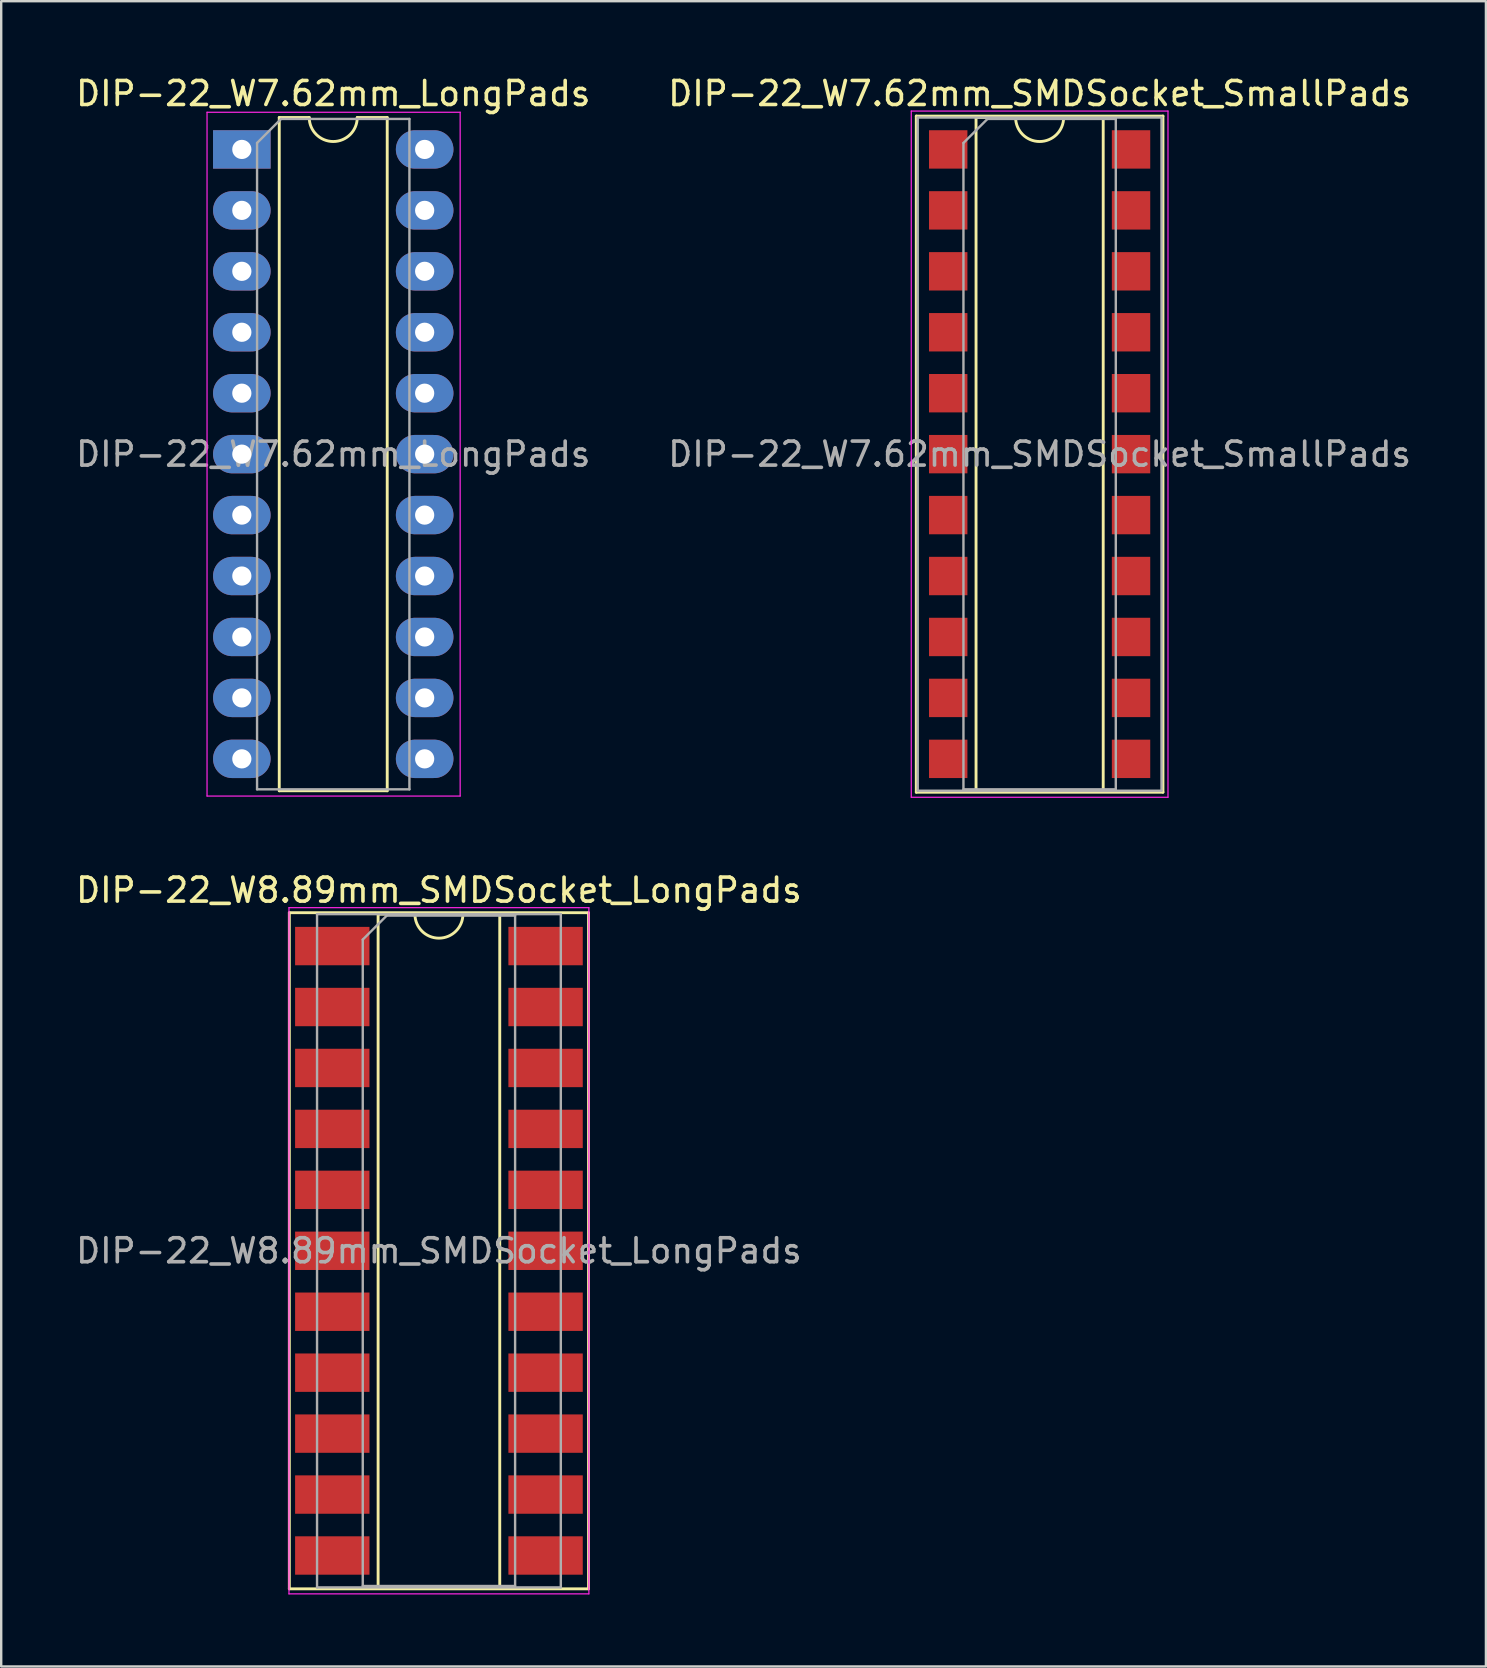
<source format=kicad_pcb>
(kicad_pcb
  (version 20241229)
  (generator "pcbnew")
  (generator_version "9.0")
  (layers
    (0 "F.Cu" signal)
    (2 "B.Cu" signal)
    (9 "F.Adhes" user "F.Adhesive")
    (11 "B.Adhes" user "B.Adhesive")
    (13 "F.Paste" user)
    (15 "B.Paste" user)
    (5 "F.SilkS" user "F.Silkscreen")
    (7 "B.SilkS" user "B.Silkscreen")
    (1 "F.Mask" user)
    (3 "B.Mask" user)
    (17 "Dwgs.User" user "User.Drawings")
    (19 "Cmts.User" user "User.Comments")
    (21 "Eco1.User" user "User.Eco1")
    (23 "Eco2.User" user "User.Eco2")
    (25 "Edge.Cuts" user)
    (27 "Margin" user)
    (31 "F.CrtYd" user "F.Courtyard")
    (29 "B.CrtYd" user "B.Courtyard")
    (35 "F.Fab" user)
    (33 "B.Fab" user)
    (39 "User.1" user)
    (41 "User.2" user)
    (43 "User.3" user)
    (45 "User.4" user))
  (footprint "DIP-22_W7.62mm_SMDSocket_SmallPads"
    (layer "F.Cu")
    (at 40.28 15.878)
    (property "Reference" "DIP-22_W7.62mm_SMDSocket_SmallPads" (at 0 -15.03 0) (layer "F.SilkS") (effects (font (size 1 1) (thickness 0.15))))
    (attr smd)
    (fp_line (start -5.14 -14.09) (end -5.14 14.09) (stroke (width 0.12) (type solid)) (layer "F.SilkS"))
    (fp_line (start -5.14 14.09) (end 5.14 14.09) (stroke (width 0.12) (type solid)) (layer "F.SilkS"))
    (fp_line (start -2.65 -14.03) (end -2.65 14.03) (stroke (width 0.12) (type solid)) (layer "F.SilkS"))
    (fp_line (start -2.65 14.03) (end 2.65 14.03) (stroke (width 0.12) (type solid)) (layer "F.SilkS"))
    (fp_line (start -1 -14.03) (end -2.65 -14.03) (stroke (width 0.12) (type solid)) (layer "F.SilkS"))
    (fp_line (start 2.65 -14.03) (end 1 -14.03) (stroke (width 0.12) (type solid)) (layer "F.SilkS"))
    (fp_line (start 2.65 14.03) (end 2.65 -14.03) (stroke (width 0.12) (type solid)) (layer "F.SilkS"))
    (fp_line (start 5.14 -14.09) (end -5.14 -14.09) (stroke (width 0.12) (type solid)) (layer "F.SilkS"))
    (fp_line (start 5.14 14.09) (end 5.14 -14.09) (stroke (width 0.12) (type solid)) (layer "F.SilkS"))
    (fp_arc (start 1 -14.03) (mid 0 -13.03) (end -1 -14.03) (stroke (width 0.12) (type solid)) (layer "F.SilkS"))
    (fp_line (start -5.35 -14.3) (end -5.35 14.3) (stroke (width 0.05) (type solid)) (layer "F.CrtYd"))
    (fp_line (start -5.35 14.3) (end 5.35 14.3) (stroke (width 0.05) (type solid)) (layer "F.CrtYd"))
    (fp_line (start 5.35 -14.3) (end -5.35 -14.3) (stroke (width 0.05) (type solid)) (layer "F.CrtYd"))
    (fp_line (start 5.35 14.3) (end 5.35 -14.3) (stroke (width 0.05) (type solid)) (layer "F.CrtYd"))
    (fp_line (start -5.08 -14.03) (end -5.08 14.03) (stroke (width 0.1) (type solid)) (layer "F.Fab"))
    (fp_line (start -5.08 14.03) (end 5.08 14.03) (stroke (width 0.1) (type solid)) (layer "F.Fab"))
    (fp_line (start -3.175 -12.97) (end -2.175 -13.97) (stroke (width 0.1) (type solid)) (layer "F.Fab"))
    (fp_line (start -3.175 13.97) (end -3.175 -12.97) (stroke (width 0.1) (type solid)) (layer "F.Fab"))
    (fp_line (start -2.175 -13.97) (end 3.175 -13.97) (stroke (width 0.1) (type solid)) (layer "F.Fab"))
    (fp_line (start 3.175 -13.97) (end 3.175 13.97) (stroke (width 0.1) (type solid)) (layer "F.Fab"))
    (fp_line (start 3.175 13.97) (end -3.175 13.97) (stroke (width 0.1) (type solid)) (layer "F.Fab"))
    (fp_line (start 5.08 -14.03) (end -5.08 -14.03) (stroke (width 0.1) (type solid)) (layer "F.Fab"))
    (fp_line (start 5.08 14.03) (end 5.08 -14.03) (stroke (width 0.1) (type solid)) (layer "F.Fab"))
    (fp_text user "${REFERENCE}" (at 0 0 0) (layer "F.Fab") (effects (font (size 1 1) (thickness 0.15))))
    (pad "1" smd rect (at -3.81 -12.7) (size 1.6 1.6) (layers "F.Cu" "F.Mask" "F.Paste"))
    (pad "2" smd rect (at -3.81 -10.16) (size 1.6 1.6) (layers "F.Cu" "F.Mask" "F.Paste"))
    (pad "3" smd rect (at -3.81 -7.62) (size 1.6 1.6) (layers "F.Cu" "F.Mask" "F.Paste"))
    (pad "4" smd rect (at -3.81 -5.08) (size 1.6 1.6) (layers "F.Cu" "F.Mask" "F.Paste"))
    (pad "5" smd rect (at -3.81 -2.54) (size 1.6 1.6) (layers "F.Cu" "F.Mask" "F.Paste"))
    (pad "6" smd rect (at -3.81 0) (size 1.6 1.6) (layers "F.Cu" "F.Mask" "F.Paste"))
    (pad "7" smd rect (at -3.81 2.54) (size 1.6 1.6) (layers "F.Cu" "F.Mask" "F.Paste"))
    (pad "8" smd rect (at -3.81 5.08) (size 1.6 1.6) (layers "F.Cu" "F.Mask" "F.Paste"))
    (pad "9" smd rect (at -3.81 7.62) (size 1.6 1.6) (layers "F.Cu" "F.Mask" "F.Paste"))
    (pad "10" smd rect (at -3.81 10.16) (size 1.6 1.6) (layers "F.Cu" "F.Mask" "F.Paste"))
    (pad "11" smd rect (at -3.81 12.7) (size 1.6 1.6) (layers "F.Cu" "F.Mask" "F.Paste"))
    (pad "12" smd rect (at 3.81 12.7) (size 1.6 1.6) (layers "F.Cu" "F.Mask" "F.Paste"))
    (pad "13" smd rect (at 3.81 10.16) (size 1.6 1.6) (layers "F.Cu" "F.Mask" "F.Paste"))
    (pad "14" smd rect (at 3.81 7.62) (size 1.6 1.6) (layers "F.Cu" "F.Mask" "F.Paste"))
    (pad "15" smd rect (at 3.81 5.08) (size 1.6 1.6) (layers "F.Cu" "F.Mask" "F.Paste"))
    (pad "16" smd rect (at 3.81 2.54) (size 1.6 1.6) (layers "F.Cu" "F.Mask" "F.Paste"))
    (pad "17" smd rect (at 3.81 0) (size 1.6 1.6) (layers "F.Cu" "F.Mask" "F.Paste"))
    (pad "18" smd rect (at 3.81 -2.54) (size 1.6 1.6) (layers "F.Cu" "F.Mask" "F.Paste"))
    (pad "19" smd rect (at 3.81 -5.08) (size 1.6 1.6) (layers "F.Cu" "F.Mask" "F.Paste"))
    (pad "20" smd rect (at 3.81 -7.62) (size 1.6 1.6) (layers "F.Cu" "F.Mask" "F.Paste"))
    (pad "21" smd rect (at 3.81 -10.16) (size 1.6 1.6) (layers "F.Cu" "F.Mask" "F.Paste"))
    (pad "22" smd rect (at 3.81 -12.7) (size 1.6 1.6) (layers "F.Cu" "F.Mask" "F.Paste")))
  (footprint "DIP-22_W7.62mm_LongPads"
    (layer "F.Cu")
    (at 7.029 3.178)
    (property "Reference" "DIP-22_W7.62mm_LongPads" (at 3.81 -2.33 0) (layer "F.SilkS") (effects (font (size 1 1) (thickness 0.15))))
    (attr through_hole)
    (fp_line (start 1.56 -1.33) (end 1.56 26.73) (stroke (width 0.12) (type solid)) (layer "F.SilkS"))
    (fp_line (start 1.56 26.73) (end 6.06 26.73) (stroke (width 0.12) (type solid)) (layer "F.SilkS"))
    (fp_line (start 2.81 -1.33) (end 1.56 -1.33) (stroke (width 0.12) (type solid)) (layer "F.SilkS"))
    (fp_line (start 6.06 -1.33) (end 4.81 -1.33) (stroke (width 0.12) (type solid)) (layer "F.SilkS"))
    (fp_line (start 6.06 26.73) (end 6.06 -1.33) (stroke (width 0.12) (type solid)) (layer "F.SilkS"))
    (fp_arc (start 4.81 -1.33) (mid 3.81 -0.33) (end 2.81 -1.33) (stroke (width 0.12) (type solid)) (layer "F.SilkS"))
    (fp_line (start -1.45 -1.55) (end -1.45 26.95) (stroke (width 0.05) (type solid)) (layer "F.CrtYd"))
    (fp_line (start -1.45 26.95) (end 9.1 26.95) (stroke (width 0.05) (type solid)) (layer "F.CrtYd"))
    (fp_line (start 9.1 -1.55) (end -1.45 -1.55) (stroke (width 0.05) (type solid)) (layer "F.CrtYd"))
    (fp_line (start 9.1 26.95) (end 9.1 -1.55) (stroke (width 0.05) (type solid)) (layer "F.CrtYd"))
    (fp_line (start 0.635 -0.27) (end 1.635 -1.27) (stroke (width 0.1) (type solid)) (layer "F.Fab"))
    (fp_line (start 0.635 26.67) (end 0.635 -0.27) (stroke (width 0.1) (type solid)) (layer "F.Fab"))
    (fp_line (start 1.635 -1.27) (end 6.985 -1.27) (stroke (width 0.1) (type solid)) (layer "F.Fab"))
    (fp_line (start 6.985 -1.27) (end 6.985 26.67) (stroke (width 0.1) (type solid)) (layer "F.Fab"))
    (fp_line (start 6.985 26.67) (end 0.635 26.67) (stroke (width 0.1) (type solid)) (layer "F.Fab"))
    (fp_text user "${REFERENCE}" (at 3.81 12.7 0) (layer "F.Fab") (effects (font (size 1 1) (thickness 0.15))))
    (pad "1" thru_hole rect (at 0 0) (size 2.4 1.6) (drill 0.8) (layers "*.Cu" "*.Mask"))
    (pad "2" thru_hole oval (at 0 2.54) (size 2.4 1.6) (drill 0.8) (layers "*.Cu" "*.Mask"))
    (pad "3" thru_hole oval (at 0 5.08) (size 2.4 1.6) (drill 0.8) (layers "*.Cu" "*.Mask"))
    (pad "4" thru_hole oval (at 0 7.62) (size 2.4 1.6) (drill 0.8) (layers "*.Cu" "*.Mask"))
    (pad "5" thru_hole oval (at 0 10.16) (size 2.4 1.6) (drill 0.8) (layers "*.Cu" "*.Mask"))
    (pad "6" thru_hole oval (at 0 12.7) (size 2.4 1.6) (drill 0.8) (layers "*.Cu" "*.Mask"))
    (pad "7" thru_hole oval (at 0 15.24) (size 2.4 1.6) (drill 0.8) (layers "*.Cu" "*.Mask"))
    (pad "8" thru_hole oval (at 0 17.78) (size 2.4 1.6) (drill 0.8) (layers "*.Cu" "*.Mask"))
    (pad "9" thru_hole oval (at 0 20.32) (size 2.4 1.6) (drill 0.8) (layers "*.Cu" "*.Mask"))
    (pad "10" thru_hole oval (at 0 22.86) (size 2.4 1.6) (drill 0.8) (layers "*.Cu" "*.Mask"))
    (pad "11" thru_hole oval (at 0 25.4) (size 2.4 1.6) (drill 0.8) (layers "*.Cu" "*.Mask"))
    (pad "12" thru_hole oval (at 7.62 25.4) (size 2.4 1.6) (drill 0.8) (layers "*.Cu" "*.Mask"))
    (pad "13" thru_hole oval (at 7.62 22.86) (size 2.4 1.6) (drill 0.8) (layers "*.Cu" "*.Mask"))
    (pad "14" thru_hole oval (at 7.62 20.32) (size 2.4 1.6) (drill 0.8) (layers "*.Cu" "*.Mask"))
    (pad "15" thru_hole oval (at 7.62 17.78) (size 2.4 1.6) (drill 0.8) (layers "*.Cu" "*.Mask"))
    (pad "16" thru_hole oval (at 7.62 15.24) (size 2.4 1.6) (drill 0.8) (layers "*.Cu" "*.Mask"))
    (pad "17" thru_hole oval (at 7.62 12.7) (size 2.4 1.6) (drill 0.8) (layers "*.Cu" "*.Mask"))
    (pad "18" thru_hole oval (at 7.62 10.16) (size 2.4 1.6) (drill 0.8) (layers "*.Cu" "*.Mask"))
    (pad "19" thru_hole oval (at 7.62 7.62) (size 2.4 1.6) (drill 0.8) (layers "*.Cu" "*.Mask"))
    (pad "20" thru_hole oval (at 7.62 5.08) (size 2.4 1.6) (drill 0.8) (layers "*.Cu" "*.Mask"))
    (pad "21" thru_hole oval (at 7.62 2.54) (size 2.4 1.6) (drill 0.8) (layers "*.Cu" "*.Mask"))
    (pad "22" thru_hole oval (at 7.62 0) (size 2.4 1.6) (drill 0.8) (layers "*.Cu" "*.Mask")))
  (footprint "DIP-22_W8.89mm_SMDSocket_LongPads"
    (layer "F.Cu")
    (at 15.244 49.081)
    (property "Reference" "DIP-22_W8.89mm_SMDSocket_LongPads" (at 0 -15.03 0) (layer "F.SilkS") (effects (font (size 1 1) (thickness 0.15))))
    (attr smd)
    (fp_line (start -6.235 -14.09) (end -6.235 14.09) (stroke (width 0.12) (type solid)) (layer "F.SilkS"))
    (fp_line (start -6.235 14.09) (end 6.235 14.09) (stroke (width 0.12) (type solid)) (layer "F.SilkS"))
    (fp_line (start -2.535 -14.03) (end -2.535 14.03) (stroke (width 0.12) (type solid)) (layer "F.SilkS"))
    (fp_line (start -2.535 14.03) (end 2.535 14.03) (stroke (width 0.12) (type solid)) (layer "F.SilkS"))
    (fp_line (start -1 -14.03) (end -2.535 -14.03) (stroke (width 0.12) (type solid)) (layer "F.SilkS"))
    (fp_line (start 2.535 -14.03) (end 1 -14.03) (stroke (width 0.12) (type solid)) (layer "F.SilkS"))
    (fp_line (start 2.535 14.03) (end 2.535 -14.03) (stroke (width 0.12) (type solid)) (layer "F.SilkS"))
    (fp_line (start 6.235 -14.09) (end -6.235 -14.09) (stroke (width 0.12) (type solid)) (layer "F.SilkS"))
    (fp_line (start 6.235 14.09) (end 6.235 -14.09) (stroke (width 0.12) (type solid)) (layer "F.SilkS"))
    (fp_arc (start 1 -14.03) (mid 0 -13.03) (end -1 -14.03) (stroke (width 0.12) (type solid)) (layer "F.SilkS"))
    (fp_line (start -6.25 -14.3) (end -6.25 14.3) (stroke (width 0.05) (type solid)) (layer "F.CrtYd"))
    (fp_line (start -6.25 14.3) (end 6.25 14.3) (stroke (width 0.05) (type solid)) (layer "F.CrtYd"))
    (fp_line (start 6.25 -14.3) (end -6.25 -14.3) (stroke (width 0.05) (type solid)) (layer "F.CrtYd"))
    (fp_line (start 6.25 14.3) (end 6.25 -14.3) (stroke (width 0.05) (type solid)) (layer "F.CrtYd"))
    (fp_line (start -5.08 -14.03) (end -5.08 14.03) (stroke (width 0.1) (type solid)) (layer "F.Fab"))
    (fp_line (start -5.08 14.03) (end 5.08 14.03) (stroke (width 0.1) (type solid)) (layer "F.Fab"))
    (fp_line (start -3.175 -12.97) (end -2.175 -13.97) (stroke (width 0.1) (type solid)) (layer "F.Fab"))
    (fp_line (start -3.175 13.97) (end -3.175 -12.97) (stroke (width 0.1) (type solid)) (layer "F.Fab"))
    (fp_line (start -2.175 -13.97) (end 3.175 -13.97) (stroke (width 0.1) (type solid)) (layer "F.Fab"))
    (fp_line (start 3.175 -13.97) (end 3.175 13.97) (stroke (width 0.1) (type solid)) (layer "F.Fab"))
    (fp_line (start 3.175 13.97) (end -3.175 13.97) (stroke (width 0.1) (type solid)) (layer "F.Fab"))
    (fp_line (start 5.08 -14.03) (end -5.08 -14.03) (stroke (width 0.1) (type solid)) (layer "F.Fab"))
    (fp_line (start 5.08 14.03) (end 5.08 -14.03) (stroke (width 0.1) (type solid)) (layer "F.Fab"))
    (fp_text user "${REFERENCE}" (at 0 0 0) (layer "F.Fab") (effects (font (size 1 1) (thickness 0.15))))
    (pad "1" smd rect (at -4.445 -12.7) (size 3.1 1.6) (layers "F.Cu" "F.Mask" "F.Paste"))
    (pad "2" smd rect (at -4.445 -10.16) (size 3.1 1.6) (layers "F.Cu" "F.Mask" "F.Paste"))
    (pad "3" smd rect (at -4.445 -7.62) (size 3.1 1.6) (layers "F.Cu" "F.Mask" "F.Paste"))
    (pad "4" smd rect (at -4.445 -5.08) (size 3.1 1.6) (layers "F.Cu" "F.Mask" "F.Paste"))
    (pad "5" smd rect (at -4.445 -2.54) (size 3.1 1.6) (layers "F.Cu" "F.Mask" "F.Paste"))
    (pad "6" smd rect (at -4.445 0) (size 3.1 1.6) (layers "F.Cu" "F.Mask" "F.Paste"))
    (pad "7" smd rect (at -4.445 2.54) (size 3.1 1.6) (layers "F.Cu" "F.Mask" "F.Paste"))
    (pad "8" smd rect (at -4.445 5.08) (size 3.1 1.6) (layers "F.Cu" "F.Mask" "F.Paste"))
    (pad "9" smd rect (at -4.445 7.62) (size 3.1 1.6) (layers "F.Cu" "F.Mask" "F.Paste"))
    (pad "10" smd rect (at -4.445 10.16) (size 3.1 1.6) (layers "F.Cu" "F.Mask" "F.Paste"))
    (pad "11" smd rect (at -4.445 12.7) (size 3.1 1.6) (layers "F.Cu" "F.Mask" "F.Paste"))
    (pad "12" smd rect (at 4.445 12.7) (size 3.1 1.6) (layers "F.Cu" "F.Mask" "F.Paste"))
    (pad "13" smd rect (at 4.445 10.16) (size 3.1 1.6) (layers "F.Cu" "F.Mask" "F.Paste"))
    (pad "14" smd rect (at 4.445 7.62) (size 3.1 1.6) (layers "F.Cu" "F.Mask" "F.Paste"))
    (pad "15" smd rect (at 4.445 5.08) (size 3.1 1.6) (layers "F.Cu" "F.Mask" "F.Paste"))
    (pad "16" smd rect (at 4.445 2.54) (size 3.1 1.6) (layers "F.Cu" "F.Mask" "F.Paste"))
    (pad "17" smd rect (at 4.445 0) (size 3.1 1.6) (layers "F.Cu" "F.Mask" "F.Paste"))
    (pad "18" smd rect (at 4.445 -2.54) (size 3.1 1.6) (layers "F.Cu" "F.Mask" "F.Paste"))
    (pad "19" smd rect (at 4.445 -5.08) (size 3.1 1.6) (layers "F.Cu" "F.Mask" "F.Paste"))
    (pad "20" smd rect (at 4.445 -7.62) (size 3.1 1.6) (layers "F.Cu" "F.Mask" "F.Paste"))
    (pad "21" smd rect (at 4.445 -10.16) (size 3.1 1.6) (layers "F.Cu" "F.Mask" "F.Paste"))
    (pad "22" smd rect (at 4.445 -12.7) (size 3.1 1.6) (layers "F.Cu" "F.Mask" "F.Paste")))
  (gr_rect
    (start -3 -3)
    (end 58.881 66.406)
    (stroke (width 0.1) (type default))
    (fill no)
    (layer "Edge.Cuts")))
</source>
